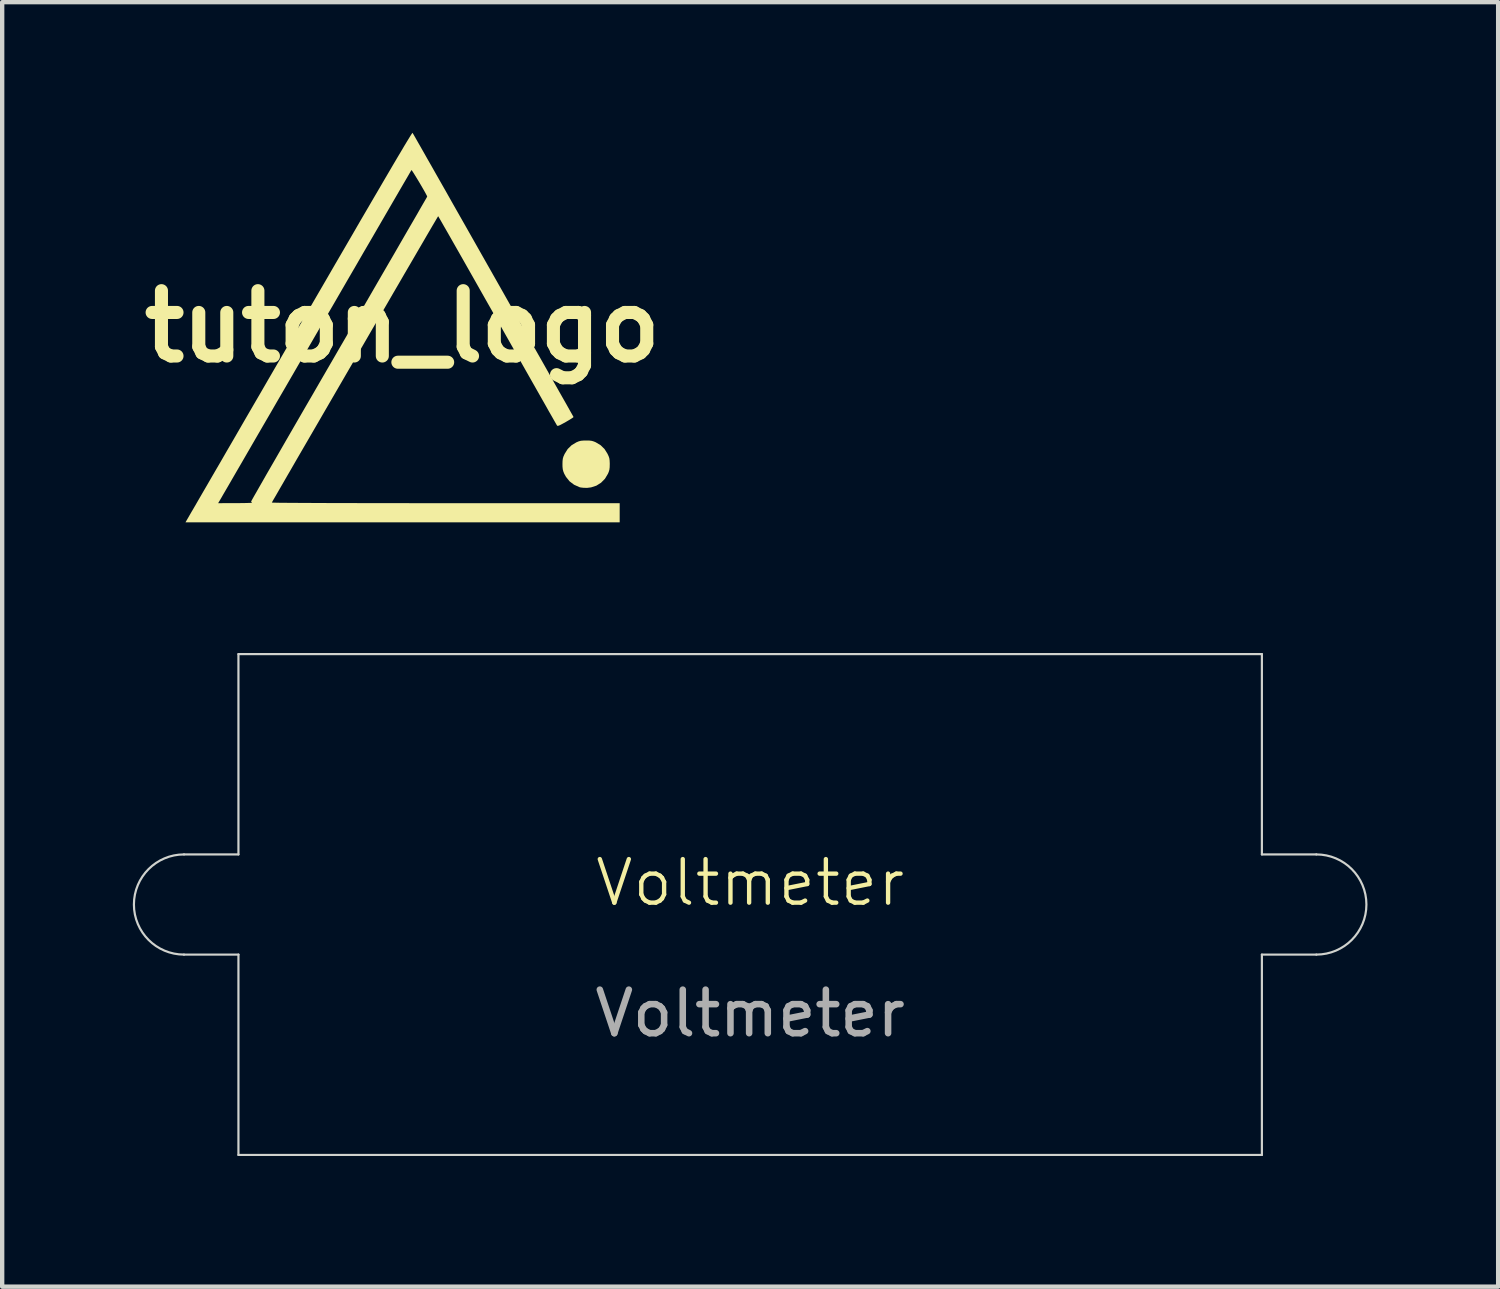
<source format=kicad_pcb>
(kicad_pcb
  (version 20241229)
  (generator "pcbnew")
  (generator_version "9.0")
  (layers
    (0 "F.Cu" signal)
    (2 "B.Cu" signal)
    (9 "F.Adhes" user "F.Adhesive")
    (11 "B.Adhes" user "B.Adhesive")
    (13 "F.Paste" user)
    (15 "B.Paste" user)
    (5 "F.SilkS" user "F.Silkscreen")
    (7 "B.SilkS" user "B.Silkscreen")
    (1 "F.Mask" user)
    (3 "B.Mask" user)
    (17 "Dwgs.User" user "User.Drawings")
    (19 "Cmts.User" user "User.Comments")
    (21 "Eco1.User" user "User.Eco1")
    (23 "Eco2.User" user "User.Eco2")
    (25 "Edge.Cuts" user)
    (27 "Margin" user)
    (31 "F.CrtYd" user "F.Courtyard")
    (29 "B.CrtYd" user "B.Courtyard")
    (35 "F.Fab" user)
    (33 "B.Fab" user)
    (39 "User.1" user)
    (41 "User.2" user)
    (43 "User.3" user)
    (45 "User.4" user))
  (footprint "Voltmeter"
    (layer "F.Cu")
    (at 14.175 17.719)
    (property "Reference" "Voltmeter" (at 0 -0.5 0) (unlocked yes) (layer "F.SilkS") (effects (font (size 1 1) (thickness 0.1))))
    (fp_line (start -13 -1.15) (end -11.75 -1.15) (stroke (width 0.05) (type default)) (layer "Edge.Cuts"))
    (fp_line (start -11.75 -5.75) (end 11.75 -5.75) (stroke (width 0.05) (type default)) (layer "Edge.Cuts"))
    (fp_line (start -11.75 -1.15) (end -11.75 -5.75) (stroke (width 0.05) (type default)) (layer "Edge.Cuts"))
    (fp_line (start -11.75 1.15) (end -13 1.15) (stroke (width 0.05) (type default)) (layer "Edge.Cuts"))
    (fp_line (start -11.75 5.75) (end -11.75 1.15) (stroke (width 0.05) (type default)) (layer "Edge.Cuts"))
    (fp_line (start 11.75 -5.75) (end 11.75 -1.15) (stroke (width 0.05) (type default)) (layer "Edge.Cuts"))
    (fp_line (start 11.75 -1.15) (end 13 -1.15) (stroke (width 0.05) (type default)) (layer "Edge.Cuts"))
    (fp_line (start 11.75 1.15) (end 11.75 5.75) (stroke (width 0.05) (type default)) (layer "Edge.Cuts"))
    (fp_line (start 11.75 5.75) (end -11.75 5.75) (stroke (width 0.05) (type default)) (layer "Edge.Cuts"))
    (fp_line (start 13 1.15) (end 11.75 1.15) (stroke (width 0.05) (type default)) (layer "Edge.Cuts"))
    (fp_arc (start -13 1.15) (mid -14.15 0) (end -13 -1.15) (stroke (width 0.05) (type default)) (layer "Edge.Cuts"))
    (fp_arc (start 13 -1.15) (mid 14.15 0) (end 13 1.15) (stroke (width 0.05) (type default)) (layer "Edge.Cuts"))
    (fp_rect (start -11.75 -5.75) (end 11.75 5.75) (stroke (width 0.05) (type default)) (fill no) (layer "User.4"))
    (fp_circle (center -13 0) (end -11.85 0) (stroke (width 0.05) (type default)) (fill no) (layer "User.4"))
    (fp_circle (center 13 0) (end 14.15 0) (stroke (width 0.05) (type default)) (fill no) (layer "User.4"))
    (fp_text user "${REFERENCE}" (at 0 2.5 0) (unlocked yes) (layer "F.Fab") (effects (font (size 1 1) (thickness 0.15)))))
  (footprint "tuton_logo"
    (layer "F.Cu")
    (at 6.193 4.446)
    (property "Reference" "tuton_logo" (at 0 0 0) (layer "F.SilkS") (effects (font (size 1.5 1.5) (thickness 0.3))))
    (attr board_only exclude_from_pos_files exclude_from_bom)
    (fp_poly (pts (xy 4.29 2.62) (xy 4.346 2.627) (xy 4.395 2.642) (xy 4.437 2.66) (xy 4.55 2.728) (xy 4.639 2.816) (xy 4.706 2.923) (xy 4.732 2.979) (xy 4.748 3.026) (xy 4.755 3.076) (xy 4.758 3.142) (xy 4.758 3.161) (xy 4.756 3.236) (xy 4.749 3.292) (xy 4.734 3.341) (xy 4.716 3.383) (xy 4.647 3.498) (xy 4.557 3.589) (xy 4.45 3.656) (xy 4.329 3.695) (xy 4.242 3.706) (xy 4.16 3.705) (xy 4.089 3.697) (xy 4.062 3.69) (xy 3.938 3.634) (xy 3.835 3.556) (xy 3.753 3.454) (xy 3.713 3.382) (xy 3.692 3.33) (xy 3.679 3.28) (xy 3.673 3.221) (xy 3.672 3.161) (xy 3.674 3.09) (xy 3.68 3.037) (xy 3.693 2.991) (xy 3.717 2.937) (xy 3.724 2.923) (xy 3.793 2.813) (xy 3.883 2.726) (xy 3.993 2.66) (xy 4.046 2.638) (xy 4.095 2.625) (xy 4.154 2.62) (xy 4.215 2.619)) (stroke (width 0) (type solid)) (fill yes) (layer "F.SilkS"))
    (fp_poly (pts (xy 0.238 -4.431) (xy 0.262 -4.391) (xy 0.299 -4.326) (xy 0.349 -4.238) (xy 0.412 -4.128) (xy 0.486 -3.998) (xy 0.57 -3.849) (xy 0.665 -3.683) (xy 0.768 -3.501) (xy 0.88 -3.304) (xy 0.999 -3.095) (xy 1.124 -2.873) (xy 1.255 -2.642) (xy 1.392 -2.401) (xy 1.532 -2.154) (xy 1.676 -1.9) (xy 1.822 -1.642) (xy 1.97 -1.381) (xy 2.119 -1.118) (xy 2.268 -0.855) (xy 2.416 -0.593) (xy 2.562 -0.334) (xy 2.707 -0.079) (xy 2.848 0.17) (xy 2.985 0.413) (xy 3.118 0.647) (xy 3.245 0.871) (xy 3.365 1.084) (xy 3.478 1.285) (xy 3.583 1.471) (xy 3.68 1.642) (xy 3.767 1.795) (xy 3.843 1.931) (xy 3.908 2.046) (xy 3.926 2.079) (xy 3.916 2.09) (xy 3.882 2.113) (xy 3.831 2.145) (xy 3.766 2.183) (xy 3.748 2.194) (xy 3.671 2.236) (xy 3.618 2.264) (xy 3.582 2.279) (xy 3.56 2.282) (xy 3.548 2.277) (xy 3.547 2.275) (xy 3.538 2.259) (xy 3.514 2.217) (xy 3.476 2.151) (xy 3.425 2.061) (xy 3.361 1.95) (xy 3.287 1.818) (xy 3.201 1.667) (xy 3.106 1.499) (xy 3.001 1.314) (xy 2.888 1.115) (xy 2.768 0.903) (xy 2.641 0.678) (xy 2.508 0.443) (xy 2.37 0.199) (xy 2.228 -0.053) (xy 2.178 -0.14) (xy 2.035 -0.394) (xy 1.895 -0.64) (xy 1.761 -0.877) (xy 1.632 -1.105) (xy 1.51 -1.32) (xy 1.395 -1.523) (xy 1.288 -1.711) (xy 1.19 -1.883) (xy 1.102 -2.038) (xy 1.024 -2.175) (xy 0.957 -2.291) (xy 0.903 -2.386) (xy 0.861 -2.459) (xy 0.833 -2.507) (xy 0.819 -2.53) (xy 0.818 -2.532) (xy 0.81 -2.519) (xy 0.786 -2.479) (xy 0.749 -2.416) (xy 0.698 -2.33) (xy 0.635 -2.222) (xy 0.56 -2.094) (xy 0.475 -1.947) (xy 0.379 -1.783) (xy 0.275 -1.604) (xy 0.162 -1.41) (xy 0.041 -1.203) (xy -0.086 -0.984) (xy -0.219 -0.756) (xy -0.356 -0.519) (xy -0.498 -0.275) (xy -0.644 -0.025) (xy -0.792 0.23) (xy -0.941 0.487) (xy -1.091 0.746) (xy -1.242 1.005) (xy -1.391 1.262) (xy -1.539 1.517) (xy -1.684 1.767) (xy -1.826 2.012) (xy -1.964 2.25) (xy -2.097 2.479) (xy -2.224 2.698) (xy -2.345 2.906) (xy -2.458 3.101) (xy -2.562 3.282) (xy -2.658 3.447) (xy -2.743 3.595) (xy -2.818 3.724) (xy -2.881 3.834) (xy -2.932 3.922) (xy -2.97 3.987) (xy -2.993 4.028) (xy -3.001 4.044) (xy -2.986 4.045) (xy -2.941 4.046) (xy -2.866 4.048) (xy -2.763 4.049) (xy -2.632 4.05) (xy -2.474 4.051) (xy -2.292 4.052) (xy -2.085 4.053) (xy -1.854 4.054) (xy -1.601 4.055) (xy -1.327 4.055) (xy -1.032 4.056) (xy -0.718 4.057) (xy -0.385 4.057) (xy -0.035 4.057) (xy 0.331 4.058) (xy 0.713 4.058) (xy 0.99 4.058) (xy 4.986 4.058) (xy 4.986 4.278) (xy 4.986 4.498) (xy 0.001 4.498) (xy -4.984 4.498) (xy -4.84 4.248) (xy -4.82 4.215) (xy -4.785 4.155) (xy -4.736 4.07) (xy -4.729 4.058) (xy -4.234 4.058) (xy -3.835 4.056) (xy -3.728 4.056) (xy -3.634 4.055) (xy -3.555 4.053) (xy -3.497 4.051) (xy -3.463 4.049) (xy -3.456 4.047) (xy -3.474 4.027) (xy -3.476 4.017) (xy -3.468 4.002) (xy -3.445 3.96) (xy -3.408 3.894) (xy -3.356 3.804) (xy -3.292 3.691) (xy -3.215 3.557) (xy -3.127 3.402) (xy -3.027 3.229) (xy -2.916 3.037) (xy -2.796 2.828) (xy -2.667 2.604) (xy -2.529 2.365) (xy -2.383 2.113) (xy -2.23 1.848) (xy -2.07 1.573) (xy -1.905 1.287) (xy -1.734 0.992) (xy -1.559 0.69) (xy -1.455 0.51) (xy -1.277 0.204) (xy -1.104 -0.095) (xy -0.935 -0.385) (xy -0.772 -0.667) (xy -0.616 -0.937) (xy -0.466 -1.196) (xy -0.323 -1.443) (xy -0.188 -1.675) (xy -0.063 -1.892) (xy 0.053 -2.093) (xy 0.159 -2.276) (xy 0.255 -2.441) (xy 0.339 -2.586) (xy 0.41 -2.711) (xy 0.469 -2.813) (xy 0.515 -2.892) (xy 0.547 -2.947) (xy 0.563 -2.977) (xy 0.566 -2.982) (xy 0.559 -3.001) (xy 0.538 -3.041) (xy 0.507 -3.098) (xy 0.468 -3.166) (xy 0.424 -3.242) (xy 0.378 -3.32) (xy 0.332 -3.396) (xy 0.289 -3.466) (xy 0.253 -3.524) (xy 0.225 -3.567) (xy 0.208 -3.589) (xy 0.205 -3.591) (xy 0.196 -3.577) (xy 0.172 -3.536) (xy 0.134 -3.47) (xy 0.082 -3.381) (xy 0.016 -3.268) (xy -0.062 -3.134) (xy -0.152 -2.979) (xy -0.253 -2.805) (xy -0.365 -2.612) (xy -0.487 -2.402) (xy -0.618 -2.176) (xy -0.758 -1.935) (xy -0.907 -1.68) (xy -1.062 -1.411) (xy -1.225 -1.131) (xy -1.393 -0.841) (xy -1.567 -0.54) (xy -1.747 -0.231) (xy -1.93 0.085) (xy -1.99 0.189) (xy -2.175 0.508) (xy -2.356 0.82) (xy -2.532 1.124) (xy -2.703 1.419) (xy -2.869 1.704) (xy -3.027 1.978) (xy -3.179 2.239) (xy -3.323 2.487) (xy -3.458 2.72) (xy -3.584 2.938) (xy -3.7 3.139) (xy -3.806 3.321) (xy -3.901 3.485) (xy -3.984 3.629) (xy -4.055 3.751) (xy -4.113 3.85) (xy -4.157 3.927) (xy -4.187 3.978) (xy -4.202 4.004) (xy -4.204 4.007) (xy -4.234 4.058) (xy -4.729 4.058) (xy -4.673 3.961) (xy -4.597 3.83) (xy -4.508 3.677) (xy -4.408 3.504) (xy -4.296 3.311) (xy -4.173 3.1) (xy -4.041 2.871) (xy -3.899 2.627) (xy -3.749 2.367) (xy -3.591 2.094) (xy -3.425 1.808) (xy -3.252 1.511) (xy -3.074 1.203) (xy -2.89 0.886) (xy -2.701 0.56) (xy -2.508 0.227) (xy -2.312 -0.111) (xy -2.241 -0.233) (xy -1.993 -0.661) (xy -1.76 -1.062) (xy -1.543 -1.437) (xy -1.339 -1.787) (xy -1.15 -2.112) (xy -0.976 -2.413) (xy -0.814 -2.69) (xy -0.666 -2.944) (xy -0.53 -3.176) (xy -0.407 -3.387) (xy -0.296 -3.576) (xy -0.197 -3.745) (xy -0.109 -3.894) (xy -0.032 -4.023) (xy 0.034 -4.135) (xy 0.09 -4.228) (xy 0.136 -4.303) (xy 0.172 -4.362) (xy 0.199 -4.405) (xy 0.218 -4.433) (xy 0.228 -4.445) (xy 0.23 -4.446)) (stroke (width 0) (type solid)) (fill yes) (layer "F.SilkS")))
  (gr_rect
    (start -3 -3)
    (end 31.35 26.494)
    (stroke (width 0.1) (type default))
    (fill no)
    (layer "Edge.Cuts")))
</source>
